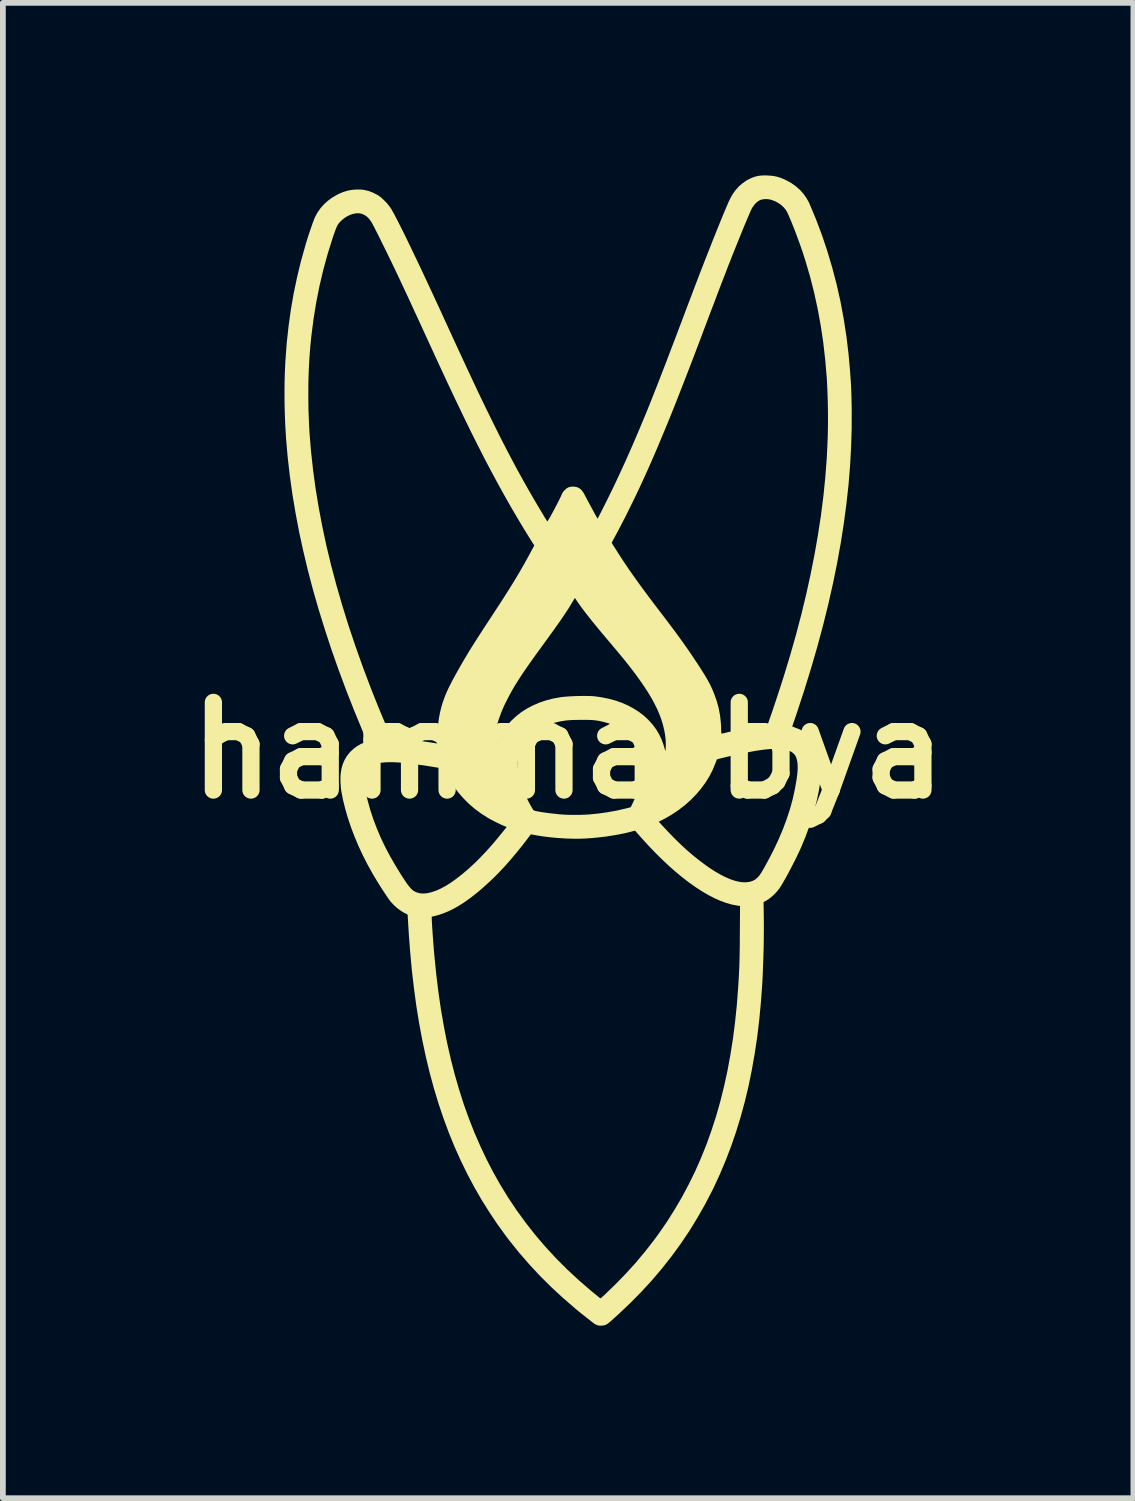
<source format=kicad_pcb>
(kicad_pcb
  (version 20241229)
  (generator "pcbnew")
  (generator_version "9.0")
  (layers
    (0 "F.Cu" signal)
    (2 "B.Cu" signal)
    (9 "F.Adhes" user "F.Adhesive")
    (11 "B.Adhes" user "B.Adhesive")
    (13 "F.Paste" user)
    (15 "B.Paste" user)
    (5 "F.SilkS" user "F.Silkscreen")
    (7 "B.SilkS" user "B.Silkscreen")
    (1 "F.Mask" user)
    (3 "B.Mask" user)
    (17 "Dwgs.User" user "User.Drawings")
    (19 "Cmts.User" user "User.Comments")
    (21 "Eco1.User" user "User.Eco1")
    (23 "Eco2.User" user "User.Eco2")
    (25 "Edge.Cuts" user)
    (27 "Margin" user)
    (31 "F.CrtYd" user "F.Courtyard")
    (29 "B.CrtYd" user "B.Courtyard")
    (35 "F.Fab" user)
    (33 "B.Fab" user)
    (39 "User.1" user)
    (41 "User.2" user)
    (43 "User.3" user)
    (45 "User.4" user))
  (footprint "hammarbya"
    (layer "F.Cu")
    (at 6.829 9.998)
    (property "Reference" "hammarbya" (at 0 0 0) (layer "F.SilkS") (effects (font (size 1.524 1.524) (thickness 0.3))))
    (attr board_only exclude_from_pos_files exclude_from_bom)
    (fp_poly (pts (xy 3.458 -9.997) (xy 3.523 -9.993) (xy 3.582 -9.986) (xy 3.637 -9.974) (xy 3.691 -9.957) (xy 3.748 -9.934) (xy 3.797 -9.911) (xy 3.883 -9.863) (xy 3.961 -9.808) (xy 4.03 -9.747) (xy 4.091 -9.679) (xy 4.144 -9.605) (xy 4.188 -9.525) (xy 4.198 -9.503) (xy 4.311 -9.232) (xy 4.415 -8.956) (xy 4.509 -8.674) (xy 4.594 -8.388) (xy 4.67 -8.097) (xy 4.736 -7.802) (xy 4.792 -7.502) (xy 4.839 -7.198) (xy 4.876 -6.889) (xy 4.904 -6.577) (xy 4.905 -6.554) (xy 4.91 -6.483) (xy 4.915 -6.419) (xy 4.918 -6.359) (xy 4.921 -6.302) (xy 4.923 -6.246) (xy 4.925 -6.189) (xy 4.927 -6.129) (xy 4.928 -6.064) (xy 4.93 -5.993) (xy 4.931 -5.912) (xy 4.931 -5.908) (xy 4.93 -5.591) (xy 4.92 -5.27) (xy 4.902 -4.944) (xy 4.875 -4.614) (xy 4.838 -4.28) (xy 4.793 -3.941) (xy 4.739 -3.598) (xy 4.676 -3.25) (xy 4.604 -2.897) (xy 4.523 -2.539) (xy 4.433 -2.175) (xy 4.334 -1.807) (xy 4.226 -1.434) (xy 4.109 -1.055) (xy 3.983 -0.67) (xy 3.962 -0.607) (xy 3.947 -0.564) (xy 3.934 -0.526) (xy 3.922 -0.491) (xy 3.912 -0.462) (xy 3.904 -0.439) (xy 3.899 -0.424) (xy 3.897 -0.419) (xy 3.901 -0.415) (xy 3.914 -0.408) (xy 3.934 -0.401) (xy 3.946 -0.396) (xy 4.027 -0.365) (xy 4.101 -0.327) (xy 4.166 -0.281) (xy 4.224 -0.228) (xy 4.274 -0.167) (xy 4.316 -0.1) (xy 4.351 -0.025) (xy 4.378 0.058) (xy 4.387 0.099) (xy 4.393 0.131) (xy 4.397 0.171) (xy 4.4 0.217) (xy 4.402 0.266) (xy 4.403 0.316) (xy 4.402 0.364) (xy 4.4 0.409) (xy 4.399 0.43) (xy 4.381 0.571) (xy 4.356 0.719) (xy 4.324 0.871) (xy 4.284 1.026) (xy 4.238 1.184) (xy 4.186 1.343) (xy 4.127 1.502) (xy 4.062 1.66) (xy 4.053 1.681) (xy 4.03 1.733) (xy 4.003 1.789) (xy 3.975 1.849) (xy 3.944 1.912) (xy 3.911 1.976) (xy 3.878 2.04) (xy 3.845 2.103) (xy 3.813 2.164) (xy 3.781 2.221) (xy 3.751 2.273) (xy 3.724 2.32) (xy 3.7 2.36) (xy 3.679 2.392) (xy 3.673 2.401) (xy 3.635 2.449) (xy 3.592 2.496) (xy 3.546 2.539) (xy 3.498 2.577) (xy 3.452 2.608) (xy 3.429 2.621) (xy 3.398 2.637) (xy 3.402 2.896) (xy 3.403 3.061) (xy 3.402 3.232) (xy 3.4 3.409) (xy 3.395 3.587) (xy 3.389 3.764) (xy 3.382 3.936) (xy 3.375 4.064) (xy 3.352 4.379) (xy 3.323 4.687) (xy 3.287 4.987) (xy 3.243 5.279) (xy 3.193 5.563) (xy 3.136 5.841) (xy 3.071 6.112) (xy 2.999 6.376) (xy 2.92 6.633) (xy 2.834 6.884) (xy 2.74 7.129) (xy 2.639 7.369) (xy 2.531 7.603) (xy 2.508 7.649) (xy 2.382 7.892) (xy 2.248 8.127) (xy 2.107 8.357) (xy 1.956 8.581) (xy 1.797 8.799) (xy 1.63 9.011) (xy 1.453 9.219) (xy 1.267 9.421) (xy 1.071 9.619) (xy 0.866 9.813) (xy 0.788 9.883) (xy 0.752 9.916) (xy 0.721 9.942) (xy 0.696 9.962) (xy 0.675 9.977) (xy 0.656 9.987) (xy 0.638 9.994) (xy 0.62 9.999) (xy 0.601 10.001) (xy 0.58 10.003) (xy 0.555 10.003) (xy 0.536 10.002) (xy 0.521 9.999) (xy 0.504 9.993) (xy 0.5 9.991) (xy 0.483 9.984) (xy 0.471 9.979) (xy 0.467 9.977) (xy 0.462 9.974) (xy 0.45 9.965) (xy 0.431 9.951) (xy 0.408 9.933) (xy 0.38 9.911) (xy 0.349 9.887) (xy 0.317 9.861) (xy 0.283 9.834) (xy 0.25 9.808) (xy 0.217 9.782) (xy 0.187 9.758) (xy 0.161 9.736) (xy 0.138 9.718) (xy 0.127 9.708) (xy -0.087 9.523) (xy -0.293 9.333) (xy -0.489 9.138) (xy -0.676 8.937) (xy -0.854 8.732) (xy -1.022 8.523) (xy -1.08 8.446) (xy -1.229 8.241) (xy -1.37 8.03) (xy -1.505 7.815) (xy -1.632 7.594) (xy -1.752 7.368) (xy -1.866 7.135) (xy -1.973 6.897) (xy -2.073 6.653) (xy -2.166 6.402) (xy -2.253 6.144) (xy -2.333 5.88) (xy -2.407 5.608) (xy -2.474 5.329) (xy -2.535 5.043) (xy -2.59 4.749) (xy -2.639 4.447) (xy -2.681 4.137) (xy -2.718 3.818) (xy -2.748 3.491) (xy -2.765 3.265) (xy -2.768 3.234) (xy -2.77 3.197) (xy -2.773 3.156) (xy -2.775 3.114) (xy -2.778 3.07) (xy -2.781 3.027) (xy -2.783 2.986) (xy -2.785 2.948) (xy -2.787 2.916) (xy -2.788 2.899) (xy -2.372 2.899) (xy -2.372 2.916) (xy -2.371 2.94) (xy -2.37 2.973) (xy -2.367 3.013) (xy -2.365 3.058) (xy -2.361 3.109) (xy -2.358 3.164) (xy -2.354 3.221) (xy -2.349 3.282) (xy -2.345 3.343) (xy -2.34 3.405) (xy -2.335 3.466) (xy -2.33 3.525) (xy -2.325 3.582) (xy -2.324 3.588) (xy -2.292 3.906) (xy -2.254 4.216) (xy -2.21 4.516) (xy -2.159 4.809) (xy -2.103 5.093) (xy -2.04 5.37) (xy -1.971 5.639) (xy -1.895 5.901) (xy -1.814 6.156) (xy -1.725 6.403) (xy -1.63 6.645) (xy -1.528 6.879) (xy -1.42 7.108) (xy -1.305 7.331) (xy -1.183 7.547) (xy -1.054 7.759) (xy -1.043 7.776) (xy -0.894 7.999) (xy -0.736 8.216) (xy -0.57 8.427) (xy -0.394 8.633) (xy -0.21 8.832) (xy -0.017 9.025) (xy 0.184 9.212) (xy 0.39 9.39) (xy 0.433 9.425) (xy 0.469 9.455) (xy 0.498 9.478) (xy 0.52 9.497) (xy 0.537 9.51) (xy 0.549 9.52) (xy 0.557 9.525) (xy 0.562 9.528) (xy 0.563 9.528) (xy 0.568 9.525) (xy 0.579 9.515) (xy 0.596 9.501) (xy 0.617 9.482) (xy 0.637 9.463) (xy 0.822 9.285) (xy 1 9.102) (xy 1.17 8.915) (xy 1.331 8.723) (xy 1.483 8.529) (xy 1.577 8.401) (xy 1.719 8.195) (xy 1.852 7.984) (xy 1.978 7.769) (xy 2.096 7.548) (xy 2.207 7.322) (xy 2.309 7.091) (xy 2.405 6.853) (xy 2.492 6.61) (xy 2.573 6.36) (xy 2.646 6.104) (xy 2.711 5.842) (xy 2.77 5.572) (xy 2.821 5.296) (xy 2.866 5.012) (xy 2.903 4.72) (xy 2.934 4.421) (xy 2.957 4.113) (xy 2.963 4.016) (xy 2.967 3.955) (xy 2.97 3.899) (xy 2.972 3.847) (xy 2.975 3.796) (xy 2.977 3.747) (xy 2.978 3.698) (xy 2.98 3.647) (xy 2.981 3.594) (xy 2.982 3.538) (xy 2.983 3.476) (xy 2.984 3.409) (xy 2.985 3.334) (xy 2.985 3.25) (xy 2.986 3.168) (xy 2.989 2.705) (xy 2.944 2.699) (xy 2.848 2.681) (xy 2.75 2.653) (xy 2.648 2.616) (xy 2.544 2.57) (xy 2.436 2.514) (xy 2.325 2.449) (xy 2.21 2.374) (xy 2.091 2.289) (xy 1.975 2.199) (xy 1.864 2.107) (xy 1.75 2.006) (xy 1.634 1.897) (xy 1.516 1.78) (xy 1.399 1.658) (xy 1.281 1.529) (xy 1.269 1.515) (xy 1.245 1.488) (xy 1.223 1.463) (xy 1.203 1.441) (xy 1.188 1.424) (xy 1.178 1.413) (xy 1.176 1.41) (xy 1.162 1.395) (xy 1.093 1.414) (xy 0.992 1.439) (xy 0.883 1.461) (xy 0.769 1.481) (xy 0.652 1.499) (xy 0.534 1.513) (xy 0.418 1.524) (xy 0.305 1.532) (xy 0.197 1.536) (xy 0.1 1.536) (xy -0.04 1.532) (xy -0.17 1.524) (xy -0.294 1.513) (xy -0.411 1.499) (xy -0.524 1.482) (xy -0.579 1.472) (xy -0.605 1.467) (xy -0.626 1.463) (xy -0.641 1.461) (xy -0.649 1.46) (xy -0.649 1.46) (xy -0.652 1.465) (xy -0.661 1.476) (xy -0.674 1.494) (xy -0.691 1.516) (xy -0.71 1.541) (xy -0.711 1.542) (xy -0.808 1.668) (xy -0.908 1.791) (xy -1.007 1.908) (xy -1.106 2.02) (xy -1.204 2.124) (xy -1.299 2.22) (xy -1.355 2.273) (xy -1.468 2.376) (xy -1.577 2.47) (xy -1.683 2.553) (xy -1.786 2.628) (xy -1.886 2.693) (xy -1.983 2.749) (xy -2.078 2.796) (xy -2.17 2.834) (xy -2.261 2.864) (xy -2.322 2.88) (xy -2.343 2.885) (xy -2.36 2.889) (xy -2.37 2.892) (xy -2.371 2.893) (xy -2.372 2.899) (xy -2.788 2.899) (xy -2.788 2.89) (xy -2.789 2.871) (xy -2.79 2.863) (xy -2.794 2.855) (xy -2.807 2.846) (xy -2.826 2.837) (xy -2.874 2.812) (xy -2.925 2.778) (xy -2.976 2.739) (xy -3.025 2.695) (xy -3.07 2.648) (xy -3.09 2.625) (xy -3.109 2.6) (xy -3.132 2.567) (xy -3.159 2.528) (xy -3.189 2.482) (xy -3.222 2.433) (xy -3.255 2.381) (xy -3.29 2.326) (xy -3.324 2.271) (xy -3.357 2.217) (xy -3.388 2.164) (xy -3.407 2.132) (xy -3.493 1.976) (xy -3.574 1.817) (xy -3.648 1.657) (xy -3.716 1.495) (xy -3.777 1.334) (xy -3.83 1.175) (xy -3.876 1.017) (xy -3.914 0.864) (xy -3.943 0.715) (xy -3.947 0.689) (xy -3.952 0.652) (xy -3.955 0.609) (xy -3.958 0.561) (xy -3.959 0.513) (xy -3.959 0.512) (xy -3.547 0.512) (xy -3.544 0.57) (xy -3.536 0.635) (xy -3.523 0.708) (xy -3.506 0.79) (xy -3.484 0.879) (xy -3.439 1.041) (xy -3.386 1.201) (xy -3.325 1.361) (xy -3.257 1.521) (xy -3.18 1.682) (xy -3.094 1.844) (xy -2.999 2.009) (xy -2.895 2.178) (xy -2.849 2.247) (xy -2.816 2.297) (xy -2.787 2.338) (xy -2.76 2.372) (xy -2.736 2.4) (xy -2.713 2.422) (xy -2.691 2.44) (xy -2.667 2.454) (xy -2.642 2.466) (xy -2.634 2.469) (xy -2.584 2.484) (xy -2.53 2.489) (xy -2.471 2.486) (xy -2.444 2.482) (xy -2.373 2.465) (xy -2.297 2.439) (xy -2.217 2.404) (xy -2.134 2.359) (xy -2.048 2.306) (xy -1.96 2.244) (xy -1.943 2.231) (xy -1.839 2.15) (xy -1.736 2.062) (xy -1.633 1.968) (xy -1.53 1.866) (xy -1.426 1.757) (xy -1.321 1.639) (xy -1.214 1.512) (xy -1.112 1.386) (xy -1.069 1.332) (xy -1.119 1.312) (xy -1.15 1.298) (xy -1.188 1.281) (xy -1.23 1.261) (xy -1.27 1.24) (xy 1.576 1.24) (xy 1.62 1.289) (xy 1.736 1.413) (xy 1.847 1.528) (xy 1.956 1.634) (xy 2.063 1.733) (xy 2.169 1.824) (xy 2.274 1.908) (xy 2.379 1.987) (xy 2.458 2.043) (xy 2.554 2.105) (xy 2.647 2.159) (xy 2.736 2.204) (xy 2.82 2.24) (xy 2.9 2.267) (xy 2.974 2.285) (xy 3.022 2.292) (xy 3.083 2.294) (xy 3.142 2.288) (xy 3.162 2.284) (xy 3.207 2.27) (xy 3.249 2.248) (xy 3.287 2.218) (xy 3.323 2.178) (xy 3.358 2.129) (xy 3.365 2.116) (xy 3.394 2.067) (xy 3.426 2.01) (xy 3.46 1.948) (xy 3.496 1.881) (xy 3.532 1.812) (xy 3.567 1.743) (xy 3.6 1.675) (xy 3.63 1.611) (xy 3.657 1.553) (xy 3.662 1.542) (xy 3.737 1.364) (xy 3.802 1.189) (xy 3.858 1.017) (xy 3.905 0.845) (xy 3.943 0.673) (xy 3.967 0.537) (xy 3.979 0.457) (xy 3.987 0.387) (xy 3.991 0.324) (xy 3.991 0.268) (xy 3.988 0.219) (xy 3.98 0.174) (xy 3.969 0.133) (xy 3.965 0.12) (xy 3.946 0.084) (xy 3.918 0.052) (xy 3.881 0.025) (xy 3.839 0.004) (xy 3.803 -0.008) (xy 3.743 -0.019) (xy 3.674 -0.026) (xy 3.596 -0.027) (xy 3.508 -0.023) (xy 3.412 -0.014) (xy 3.306 0.001) (xy 3.258 0.008) (xy 3.221 0.015) (xy 3.179 0.023) (xy 3.132 0.032) (xy 3.082 0.042) (xy 3.029 0.053) (xy 2.975 0.065) (xy 2.921 0.076) (xy 2.867 0.088) (xy 2.815 0.1) (xy 2.766 0.111) (xy 2.721 0.122) (xy 2.68 0.132) (xy 2.646 0.14) (xy 2.618 0.148) (xy 2.599 0.153) (xy 2.588 0.157) (xy 2.587 0.158) (xy 2.584 0.165) (xy 2.578 0.179) (xy 2.57 0.2) (xy 2.561 0.224) (xy 2.56 0.225) (xy 2.513 0.34) (xy 2.456 0.451) (xy 2.389 0.559) (xy 2.313 0.663) (xy 2.228 0.763) (xy 2.136 0.858) (xy 2.035 0.948) (xy 1.927 1.032) (xy 1.812 1.11) (xy 1.691 1.181) (xy 1.639 1.208) (xy 1.576 1.24) (xy -1.27 1.24) (xy -1.273 1.239) (xy -1.315 1.217) (xy -1.354 1.197) (xy -1.386 1.179) (xy -1.389 1.177) (xy -1.511 1.1) (xy -1.624 1.016) (xy -1.73 0.925) (xy -1.827 0.827) (xy -1.917 0.723) (xy -1.997 0.613) (xy -2.001 0.606) (xy -2.014 0.586) (xy -2.03 0.56) (xy -2.047 0.53) (xy -2.065 0.498) (xy -2.083 0.465) (xy -2.1 0.432) (xy -2.116 0.401) (xy -2.129 0.374) (xy -2.14 0.351) (xy -2.146 0.336) (xy -2.148 0.328) (xy -2.149 0.326) (xy -2.151 0.323) (xy -2.157 0.321) (xy -2.166 0.319) (xy -2.18 0.315) (xy -2.199 0.312) (xy -2.225 0.307) (xy -2.259 0.301) (xy -2.301 0.295) (xy -2.352 0.286) (xy -2.367 0.284) (xy -2.484 0.265) (xy -2.592 0.25) (xy -2.69 0.236) (xy -2.78 0.226) (xy -2.862 0.217) (xy -2.933 0.211) (xy -0.875 0.211) (xy -0.874 0.299) (xy -0.865 0.388) (xy -0.848 0.48) (xy -0.822 0.575) (xy -0.787 0.674) (xy -0.744 0.777) (xy -0.716 0.836) (xy -0.701 0.867) (xy -0.684 0.899) (xy -0.667 0.931) (xy -0.65 0.962) (xy -0.634 0.99) (xy -0.62 1.013) (xy -0.61 1.03) (xy -0.603 1.04) (xy -0.602 1.04) (xy -0.592 1.045) (xy -0.573 1.051) (xy -0.545 1.058) (xy -0.51 1.065) (xy -0.468 1.072) (xy -0.422 1.079) (xy -0.371 1.086) (xy -0.318 1.093) (xy -0.263 1.099) (xy -0.208 1.105) (xy -0.153 1.111) (xy -0.1 1.115) (xy -0.05 1.118) (xy -0.048 1.119) (xy -0.012 1.12) (xy 0.032 1.121) (xy 0.082 1.121) (xy 0.136 1.121) (xy 0.19 1.121) (xy 0.242 1.12) (xy 0.291 1.118) (xy 0.334 1.116) (xy 0.362 1.114) (xy 0.527 1.098) (xy 0.689 1.075) (xy 0.844 1.047) (xy 0.992 1.013) (xy 1.024 1.005) (xy 1.089 0.988) (xy 1.124 0.915) (xy 1.173 0.805) (xy 1.214 0.7) (xy 1.247 0.6) (xy 1.271 0.503) (xy 1.287 0.409) (xy 1.296 0.317) (xy 1.297 0.294) (xy 1.296 0.202) (xy 1.286 0.115) (xy 1.267 0.034) (xy 1.239 -0.042) (xy 1.202 -0.113) (xy 1.155 -0.18) (xy 1.099 -0.243) (xy 1.093 -0.248) (xy 1.033 -0.301) (xy 0.963 -0.35) (xy 0.886 -0.395) (xy 0.804 -0.434) (xy 0.716 -0.466) (xy 0.625 -0.493) (xy 0.599 -0.499) (xy 0.558 -0.508) (xy 0.523 -0.515) (xy 0.491 -0.52) (xy 0.459 -0.524) (xy 0.428 -0.527) (xy 0.393 -0.529) (xy 0.354 -0.53) (xy 0.309 -0.531) (xy 0.255 -0.531) (xy 0.238 -0.531) (xy 0.172 -0.53) (xy 0.116 -0.529) (xy 0.067 -0.528) (xy 0.024 -0.525) (xy -0.015 -0.522) (xy -0.052 -0.518) (xy -0.089 -0.512) (xy -0.126 -0.506) (xy -0.147 -0.502) (xy -0.249 -0.478) (xy -0.344 -0.446) (xy -0.434 -0.409) (xy -0.516 -0.365) (xy -0.591 -0.316) (xy -0.659 -0.26) (xy -0.718 -0.2) (xy -0.768 -0.135) (xy -0.803 -0.076) (xy -0.83 -0.018) (xy -0.85 0.04) (xy -0.864 0.102) (xy -0.872 0.169) (xy -0.875 0.211) (xy -2.933 0.211) (xy -2.938 0.211) (xy -3.007 0.207) (xy -3.071 0.205) (xy -3.131 0.206) (xy -3.186 0.208) (xy -3.237 0.213) (xy -3.269 0.217) (xy -3.335 0.23) (xy -3.392 0.247) (xy -3.439 0.269) (xy -3.476 0.296) (xy -3.504 0.327) (xy -3.512 0.341) (xy -3.528 0.376) (xy -3.539 0.415) (xy -3.545 0.461) (xy -3.547 0.512) (xy -3.959 0.512) (xy -3.959 0.467) (xy -3.957 0.426) (xy -3.955 0.401) (xy -3.941 0.317) (xy -3.919 0.24) (xy -3.889 0.169) (xy -3.851 0.103) (xy -3.804 0.043) (xy -3.781 0.018) (xy -3.725 -0.033) (xy -3.668 -0.075) (xy -1.288 -0.075) (xy -1.284 0.009) (xy -1.283 0.029) (xy -1.281 0.044) (xy -1.279 0.051) (xy -1.279 0.051) (xy -1.277 0.046) (xy -1.273 0.032) (xy -1.268 0.011) (xy -1.263 -0.011) (xy -1.235 -0.113) (xy -1.198 -0.21) (xy -1.151 -0.301) (xy -1.095 -0.389) (xy -1.029 -0.471) (xy -0.989 -0.515) (xy -0.906 -0.592) (xy -0.816 -0.663) (xy -0.718 -0.726) (xy -0.614 -0.781) (xy -0.503 -0.829) (xy -0.385 -0.869) (xy -0.262 -0.901) (xy -0.134 -0.924) (xy -0.131 -0.925) (xy -0.087 -0.93) (xy -0.035 -0.935) (xy 0.023 -0.939) (xy 0.086 -0.942) (xy 0.151 -0.945) (xy 0.216 -0.946) (xy 0.279 -0.947) (xy 0.338 -0.946) (xy 0.392 -0.945) (xy 0.438 -0.942) (xy 0.454 -0.941) (xy 0.583 -0.923) (xy 0.706 -0.898) (xy 0.825 -0.866) (xy 0.937 -0.826) (xy 1.043 -0.78) (xy 1.142 -0.726) (xy 1.235 -0.666) (xy 1.321 -0.6) (xy 1.399 -0.527) (xy 1.469 -0.449) (xy 1.531 -0.365) (xy 1.584 -0.276) (xy 1.628 -0.182) (xy 1.663 -0.084) (xy 1.669 -0.061) (xy 1.676 -0.038) (xy 1.682 -0.016) (xy 1.687 -0.000468) (xy 1.688 0.005) (xy 1.691 0.008) (xy 1.693 0.002) (xy 1.695 -0.012) (xy 1.696 -0.032) (xy 1.697 -0.057) (xy 1.698 -0.084) (xy 1.698 -0.113) (xy 1.697 -0.143) (xy 1.696 -0.17) (xy 1.695 -0.191) (xy 1.685 -0.275) (xy 1.669 -0.361) (xy 1.648 -0.447) (xy 1.622 -0.534) (xy 1.589 -0.623) (xy 1.55 -0.714) (xy 1.504 -0.807) (xy 1.452 -0.904) (xy 1.392 -1.004) (xy 1.325 -1.107) (xy 1.251 -1.215) (xy 1.169 -1.328) (xy 1.079 -1.446) (xy 0.982 -1.569) (xy 0.885 -1.686) (xy 0.864 -1.712) (xy 0.837 -1.744) (xy 0.805 -1.781) (xy 0.771 -1.823) (xy 0.734 -1.866) (xy 0.698 -1.909) (xy 0.661 -1.952) (xy 0.652 -1.964) (xy 0.581 -2.048) (xy 0.517 -2.125) (xy 0.459 -2.196) (xy 0.407 -2.26) (xy 0.359 -2.32) (xy 0.316 -2.375) (xy 0.276 -2.427) (xy 0.24 -2.475) (xy 0.206 -2.522) (xy 0.174 -2.567) (xy 0.163 -2.583) (xy 0.117 -2.651) (xy 0.063 -2.561) (xy 0.04 -2.523) (xy 0.017 -2.485) (xy -0.008 -2.446) (xy -0.035 -2.405) (xy -0.064 -2.361) (xy -0.095 -2.315) (xy -0.129 -2.265) (xy -0.167 -2.211) (xy -0.208 -2.153) (xy -0.254 -2.088) (xy -0.305 -2.018) (xy -0.361 -1.94) (xy -0.423 -1.855) (xy -0.468 -1.793) (xy -0.542 -1.692) (xy -0.609 -1.598) (xy -0.671 -1.511) (xy -0.727 -1.43) (xy -0.779 -1.355) (xy -0.826 -1.284) (xy -0.869 -1.217) (xy -0.909 -1.154) (xy -0.946 -1.093) (xy -0.98 -1.033) (xy -1.012 -0.975) (xy -1.043 -0.917) (xy -1.066 -0.871) (xy -1.086 -0.831) (xy -1.103 -0.798) (xy -1.116 -0.769) (xy -1.128 -0.743) (xy -1.14 -0.716) (xy -1.152 -0.686) (xy -1.165 -0.655) (xy -1.209 -0.533) (xy -1.244 -0.413) (xy -1.268 -0.297) (xy -1.283 -0.184) (xy -1.288 -0.075) (xy -3.668 -0.075) (xy -3.667 -0.075) (xy -3.604 -0.111) (xy -3.54 -0.139) (xy -3.523 -0.146) (xy -3.51 -0.152) (xy -3.504 -0.155) (xy -3.505 -0.161) (xy -3.51 -0.175) (xy -3.517 -0.196) (xy -3.528 -0.224) (xy -3.541 -0.256) (xy -3.556 -0.292) (xy -3.558 -0.298) (xy -3.712 -0.671) (xy -3.857 -1.039) (xy -3.992 -1.402) (xy -4.118 -1.76) (xy -4.234 -2.114) (xy -4.342 -2.463) (xy -4.441 -2.808) (xy -4.53 -3.149) (xy -4.61 -3.486) (xy -4.673 -3.776) (xy -4.738 -4.115) (xy -4.794 -4.449) (xy -4.84 -4.778) (xy -4.877 -5.102) (xy -4.905 -5.421) (xy -4.908 -5.475) (xy -4.919 -5.656) (xy -4.926 -5.841) (xy -4.931 -6.027) (xy -4.932 -6.153) (xy -4.518 -6.153) (xy -4.515 -5.921) (xy -4.506 -5.69) (xy -4.497 -5.52) (xy -4.471 -5.203) (xy -4.436 -4.882) (xy -4.392 -4.557) (xy -4.338 -4.228) (xy -4.275 -3.895) (xy -4.203 -3.558) (xy -4.121 -3.217) (xy -4.029 -2.871) (xy -3.928 -2.522) (xy -3.818 -2.167) (xy -3.697 -1.808) (xy -3.568 -1.445) (xy -3.429 -1.077) (xy -3.333 -0.836) (xy -3.313 -0.786) (xy -3.289 -0.728) (xy -3.263 -0.664) (xy -3.234 -0.594) (xy -3.203 -0.521) (xy -3.172 -0.446) (xy -3.14 -0.371) (xy -3.109 -0.298) (xy -3.088 -0.248) (xy -3.071 -0.21) (xy -2.991 -0.206) (xy -2.898 -0.201) (xy -2.799 -0.192) (xy -2.693 -0.181) (xy -2.579 -0.166) (xy -2.456 -0.148) (xy -2.397 -0.139) (xy -2.361 -0.133) (xy -2.329 -0.128) (xy -2.302 -0.124) (xy -2.281 -0.121) (xy -2.269 -0.119) (xy -2.266 -0.118) (xy -2.265 -0.123) (xy -2.265 -0.137) (xy -2.264 -0.159) (xy -2.264 -0.188) (xy -2.265 -0.221) (xy -2.265 -0.251) (xy -2.266 -0.314) (xy -2.265 -0.369) (xy -2.262 -0.419) (xy -2.259 -0.466) (xy -2.253 -0.514) (xy -2.246 -0.564) (xy -2.244 -0.574) (xy -2.227 -0.663) (xy -2.206 -0.748) (xy -2.181 -0.833) (xy -2.151 -0.918) (xy -2.116 -1.005) (xy -2.074 -1.095) (xy -2.025 -1.191) (xy -2.006 -1.228) (xy -1.967 -1.299) (xy -1.929 -1.368) (xy -1.891 -1.435) (xy -1.853 -1.502) (xy -1.814 -1.569) (xy -1.773 -1.637) (xy -1.731 -1.708) (xy -1.686 -1.781) (xy -1.637 -1.858) (xy -1.585 -1.94) (xy -1.529 -2.027) (xy -1.469 -2.121) (xy -1.403 -2.221) (xy -1.344 -2.311) (xy -1.276 -2.415) (xy -1.213 -2.511) (xy -1.155 -2.6) (xy -1.102 -2.683) (xy -1.053 -2.761) (xy -1.007 -2.834) (xy -0.963 -2.904) (xy -0.922 -2.971) (xy -0.883 -3.037) (xy -0.844 -3.102) (xy -0.807 -3.167) (xy -0.769 -3.233) (xy -0.731 -3.301) (xy -0.692 -3.371) (xy -0.652 -3.446) (xy -0.609 -3.525) (xy -0.606 -3.53) (xy -0.589 -3.563) (xy -0.619 -3.611) (xy 0.757 -3.611) (xy 0.767 -3.594) (xy 0.778 -3.576) (xy 0.794 -3.549) (xy 0.815 -3.517) (xy 0.839 -3.48) (xy 0.865 -3.439) (xy 0.892 -3.396) (xy 0.92 -3.353) (xy 0.948 -3.31) (xy 0.975 -3.269) (xy 0.994 -3.241) (xy 1.034 -3.182) (xy 1.074 -3.123) (xy 1.115 -3.065) (xy 1.156 -3.006) (xy 1.2 -2.945) (xy 1.246 -2.881) (xy 1.295 -2.814) (xy 1.347 -2.744) (xy 1.404 -2.667) (xy 1.466 -2.585) (xy 1.533 -2.497) (xy 1.596 -2.414) (xy 1.668 -2.32) (xy 1.735 -2.232) (xy 1.795 -2.151) (xy 1.852 -2.076) (xy 1.904 -2.005) (xy 1.952 -1.939) (xy 1.998 -1.875) (xy 2.041 -1.814) (xy 2.083 -1.754) (xy 2.124 -1.694) (xy 2.165 -1.634) (xy 2.201 -1.579) (xy 2.251 -1.505) (xy 2.294 -1.438) (xy 2.333 -1.377) (xy 2.367 -1.323) (xy 2.397 -1.273) (xy 2.424 -1.227) (xy 2.447 -1.184) (xy 2.469 -1.143) (xy 2.488 -1.102) (xy 2.507 -1.062) (xy 2.524 -1.02) (xy 2.542 -0.976) (xy 2.542 -0.976) (xy 2.585 -0.854) (xy 2.618 -0.732) (xy 2.641 -0.611) (xy 2.655 -0.486) (xy 2.66 -0.402) (xy 2.661 -0.364) (xy 2.662 -0.336) (xy 2.663 -0.316) (xy 2.664 -0.302) (xy 2.666 -0.294) (xy 2.668 -0.291) (xy 2.671 -0.291) (xy 2.671 -0.291) (xy 2.679 -0.293) (xy 2.695 -0.297) (xy 2.719 -0.302) (xy 2.748 -0.309) (xy 2.782 -0.317) (xy 2.808 -0.323) (xy 2.916 -0.347) (xy 3.021 -0.368) (xy 3.121 -0.387) (xy 3.216 -0.404) (xy 3.303 -0.417) (xy 3.383 -0.427) (xy 3.449 -0.434) (xy 3.455 -0.435) (xy 3.46 -0.438) (xy 3.465 -0.444) (xy 3.47 -0.454) (xy 3.477 -0.471) (xy 3.486 -0.495) (xy 3.493 -0.516) (xy 3.507 -0.556) (xy 3.524 -0.606) (xy 3.544 -0.662) (xy 3.565 -0.724) (xy 3.587 -0.79) (xy 3.61 -0.859) (xy 3.633 -0.929) (xy 3.656 -0.999) (xy 3.678 -1.066) (xy 3.699 -1.13) (xy 3.718 -1.19) (xy 3.735 -1.242) (xy 3.748 -1.283) (xy 3.86 -1.651) (xy 3.963 -2.014) (xy 4.057 -2.372) (xy 4.142 -2.725) (xy 4.218 -3.072) (xy 4.286 -3.415) (xy 4.345 -3.753) (xy 4.396 -4.087) (xy 4.438 -4.417) (xy 4.471 -4.743) (xy 4.496 -5.065) (xy 4.499 -5.122) (xy 4.508 -5.303) (xy 4.515 -5.488) (xy 4.518 -5.677) (xy 4.518 -5.866) (xy 4.515 -6.054) (xy 4.509 -6.237) (xy 4.501 -6.412) (xy 4.497 -6.477) (xy 4.471 -6.783) (xy 4.437 -7.085) (xy 4.393 -7.381) (xy 4.34 -7.672) (xy 4.278 -7.958) (xy 4.206 -8.24) (xy 4.125 -8.517) (xy 4.078 -8.663) (xy 4.053 -8.735) (xy 4.027 -8.81) (xy 3.999 -8.886) (xy 3.971 -8.962) (xy 3.943 -9.037) (xy 3.914 -9.11) (xy 3.887 -9.178) (xy 3.861 -9.24) (xy 3.837 -9.296) (xy 3.816 -9.343) (xy 3.81 -9.356) (xy 3.782 -9.403) (xy 3.744 -9.447) (xy 3.7 -9.487) (xy 3.648 -9.522) (xy 3.593 -9.551) (xy 3.533 -9.573) (xy 3.517 -9.577) (xy 3.472 -9.585) (xy 3.427 -9.586) (xy 3.384 -9.582) (xy 3.346 -9.572) (xy 3.345 -9.572) (xy 3.307 -9.552) (xy 3.269 -9.522) (xy 3.235 -9.484) (xy 3.204 -9.44) (xy 3.188 -9.411) (xy 3.179 -9.392) (xy 3.166 -9.364) (xy 3.151 -9.328) (xy 3.132 -9.284) (xy 3.111 -9.234) (xy 3.088 -9.179) (xy 3.062 -9.118) (xy 3.036 -9.054) (xy 3.008 -8.986) (xy 2.98 -8.916) (xy 2.951 -8.845) (xy 2.922 -8.773) (xy 2.893 -8.701) (xy 2.866 -8.633) (xy 2.845 -8.581) (xy 2.825 -8.529) (xy 2.804 -8.475) (xy 2.782 -8.421) (xy 2.76 -8.364) (xy 2.738 -8.305) (xy 2.714 -8.243) (xy 2.688 -8.177) (xy 2.661 -8.107) (xy 2.633 -8.033) (xy 2.602 -7.953) (xy 2.57 -7.867) (xy 2.535 -7.774) (xy 2.497 -7.675) (xy 2.456 -7.568) (xy 2.413 -7.453) (xy 2.366 -7.329) (xy 2.316 -7.196) (xy 2.302 -7.158) (xy 2.216 -6.933) (xy 2.134 -6.717) (xy 2.054 -6.511) (xy 1.977 -6.313) (xy 1.903 -6.123) (xy 1.831 -5.942) (xy 1.761 -5.768) (xy 1.692 -5.6) (xy 1.625 -5.439) (xy 1.56 -5.284) (xy 1.496 -5.135) (xy 1.433 -4.99) (xy 1.371 -4.851) (xy 1.309 -4.715) (xy 1.248 -4.582) (xy 1.187 -4.453) (xy 1.126 -4.327) (xy 1.065 -4.203) (xy 1.004 -4.08) (xy 0.942 -3.959) (xy 0.879 -3.838) (xy 0.826 -3.739) (xy 0.757 -3.611) (xy -0.619 -3.611) (xy -0.668 -3.688) (xy -0.779 -3.868) (xy -0.89 -4.054) (xy -1.002 -4.245) (xy -1.114 -4.443) (xy -1.227 -4.648) (xy -1.341 -4.86) (xy -1.457 -5.08) (xy -1.573 -5.308) (xy -1.692 -5.545) (xy -1.812 -5.792) (xy -1.935 -6.048) (xy -1.969 -6.119) (xy -2.001 -6.187) (xy -2.034 -6.257) (xy -2.068 -6.329) (xy -2.104 -6.405) (xy -2.141 -6.486) (xy -2.181 -6.571) (xy -2.223 -6.662) (xy -2.268 -6.759) (xy -2.316 -6.863) (xy -2.367 -6.975) (xy -2.423 -7.096) (xy -2.465 -7.188) (xy -2.515 -7.296) (xy -2.564 -7.404) (xy -2.613 -7.51) (xy -2.661 -7.613) (xy -2.707 -7.713) (xy -2.751 -7.809) (xy -2.793 -7.9) (xy -2.833 -7.985) (xy -2.869 -8.063) (xy -2.903 -8.134) (xy -2.932 -8.197) (xy -2.954 -8.243) (xy -2.987 -8.313) (xy -3.021 -8.384) (xy -3.056 -8.457) (xy -3.091 -8.53) (xy -3.127 -8.603) (xy -3.162 -8.676) (xy -3.197 -8.746) (xy -3.231 -8.814) (xy -3.263 -8.88) (xy -3.293 -8.941) (xy -3.322 -8.998) (xy -3.348 -9.049) (xy -3.371 -9.095) (xy -3.391 -9.133) (xy -3.408 -9.164) (xy -3.421 -9.187) (xy -3.429 -9.2) (xy -3.465 -9.247) (xy -3.504 -9.285) (xy -3.547 -9.313) (xy -3.593 -9.332) (xy -3.641 -9.34) (xy -3.693 -9.338) (xy -3.747 -9.327) (xy -3.802 -9.307) (xy -3.856 -9.279) (xy -3.907 -9.244) (xy -3.95 -9.206) (xy -3.967 -9.189) (xy -3.982 -9.172) (xy -3.995 -9.155) (xy -4.007 -9.136) (xy -4.019 -9.114) (xy -4.031 -9.088) (xy -4.043 -9.057) (xy -4.057 -9.019) (xy -4.073 -8.974) (xy -4.092 -8.919) (xy -4.093 -8.916) (xy -4.179 -8.641) (xy -4.256 -8.362) (xy -4.323 -8.079) (xy -4.38 -7.792) (xy -4.427 -7.501) (xy -4.465 -7.206) (xy -4.481 -7.051) (xy -4.498 -6.836) (xy -4.51 -6.613) (xy -4.517 -6.385) (xy -4.518 -6.153) (xy -4.932 -6.153) (xy -4.932 -6.211) (xy -4.931 -6.393) (xy -4.926 -6.569) (xy -4.918 -6.738) (xy -4.916 -6.776) (xy -4.894 -7.076) (xy -4.862 -7.37) (xy -4.822 -7.66) (xy -4.773 -7.944) (xy -4.714 -8.225) (xy -4.647 -8.502) (xy -4.57 -8.777) (xy -4.556 -8.826) (xy -4.538 -8.883) (xy -4.52 -8.941) (xy -4.501 -8.999) (xy -4.482 -9.055) (xy -4.463 -9.108) (xy -4.446 -9.158) (xy -4.43 -9.201) (xy -4.416 -9.238) (xy -4.404 -9.267) (xy -4.398 -9.28) (xy -4.357 -9.355) (xy -4.306 -9.427) (xy -4.247 -9.494) (xy -4.18 -9.555) (xy -4.106 -9.61) (xy -4.027 -9.657) (xy -4.015 -9.663) (xy -3.966 -9.687) (xy -3.92 -9.706) (xy -3.872 -9.721) (xy -3.832 -9.733) (xy -3.781 -9.743) (xy -3.724 -9.75) (xy -3.666 -9.753) (xy -3.608 -9.752) (xy -3.556 -9.747) (xy -3.547 -9.745) (xy -3.469 -9.727) (xy -3.393 -9.698) (xy -3.319 -9.66) (xy -3.287 -9.639) (xy -3.255 -9.616) (xy -3.221 -9.585) (xy -3.185 -9.55) (xy -3.15 -9.513) (xy -3.119 -9.475) (xy -3.093 -9.44) (xy -3.091 -9.437) (xy -3.073 -9.41) (xy -3.052 -9.372) (xy -3.026 -9.326) (xy -2.997 -9.27) (xy -2.963 -9.205) (xy -2.926 -9.132) (xy -2.885 -9.051) (xy -2.841 -8.962) (xy -2.794 -8.865) (xy -2.743 -8.76) (xy -2.69 -8.648) (xy -2.633 -8.53) (xy -2.573 -8.404) (xy -2.511 -8.272) (xy -2.446 -8.133) (xy -2.379 -7.989) (xy -2.309 -7.838) (xy -2.237 -7.683) (xy -2.195 -7.591) (xy -2.15 -7.492) (xy -2.108 -7.402) (xy -2.071 -7.32) (xy -2.036 -7.245) (xy -2.006 -7.178) (xy -1.978 -7.117) (xy -1.952 -7.062) (xy -1.929 -7.012) (xy -1.908 -6.966) (xy -1.889 -6.924) (xy -1.87 -6.885) (xy -1.853 -6.848) (xy -1.837 -6.813) (xy -1.821 -6.778) (xy -1.805 -6.744) (xy -1.789 -6.71) (xy -1.773 -6.674) (xy -1.758 -6.643) (xy -1.656 -6.425) (xy -1.558 -6.216) (xy -1.462 -6.017) (xy -1.369 -5.826) (xy -1.278 -5.642) (xy -1.19 -5.465) (xy -1.103 -5.295) (xy -1.017 -5.13) (xy -0.933 -4.971) (xy -0.849 -4.816) (xy -0.765 -4.665) (xy -0.682 -4.518) (xy -0.598 -4.373) (xy -0.514 -4.23) (xy -0.461 -4.142) (xy -0.435 -4.099) (xy -0.415 -4.064) (xy -0.398 -4.037) (xy -0.385 -4.017) (xy -0.376 -4.002) (xy -0.369 -3.992) (xy -0.365 -3.986) (xy -0.362 -3.984) (xy -0.36 -3.984) (xy -0.358 -3.985) (xy -0.351 -3.995) (xy -0.34 -4.013) (xy -0.325 -4.038) (xy -0.307 -4.07) (xy -0.287 -4.106) (xy -0.266 -4.145) (xy -0.243 -4.187) (xy -0.221 -4.23) (xy -0.198 -4.273) (xy -0.177 -4.314) (xy -0.157 -4.353) (xy -0.14 -4.388) (xy -0.126 -4.417) (xy -0.115 -4.441) (xy -0.112 -4.449) (xy -0.1 -4.474) (xy -0.087 -4.495) (xy -0.07 -4.515) (xy -0.059 -4.527) (xy -0.029 -4.554) (xy 0.001 -4.572) (xy 0.033 -4.582) (xy 0.07 -4.587) (xy 0.086 -4.587) (xy 0.131 -4.583) (xy 0.17 -4.571) (xy 0.206 -4.551) (xy 0.237 -4.521) (xy 0.266 -4.482) (xy 0.284 -4.45) (xy 0.295 -4.428) (xy 0.31 -4.399) (xy 0.329 -4.364) (xy 0.35 -4.324) (xy 0.373 -4.282) (xy 0.396 -4.239) (xy 0.419 -4.197) (xy 0.44 -4.157) (xy 0.459 -4.122) (xy 0.476 -4.092) (xy 0.485 -4.076) (xy 0.512 -4.028) (xy 0.563 -4.126) (xy 0.672 -4.342) (xy 0.783 -4.568) (xy 0.894 -4.804) (xy 1.007 -5.051) (xy 1.121 -5.309) (xy 1.235 -5.576) (xy 1.293 -5.715) (xy 1.331 -5.806) (xy 1.369 -5.898) (xy 1.407 -5.992) (xy 1.446 -6.089) (xy 1.485 -6.189) (xy 1.526 -6.292) (xy 1.569 -6.401) (xy 1.613 -6.515) (xy 1.659 -6.634) (xy 1.708 -6.761) (xy 1.759 -6.895) (xy 1.813 -7.037) (xy 1.871 -7.188) (xy 1.921 -7.321) (xy 1.944 -7.382) (xy 1.969 -7.447) (xy 1.995 -7.516) (xy 2.021 -7.585) (xy 2.046 -7.652) (xy 2.07 -7.716) (xy 2.092 -7.773) (xy 2.104 -7.805) (xy 2.151 -7.928) (xy 2.197 -8.051) (xy 2.244 -8.173) (xy 2.29 -8.294) (xy 2.336 -8.412) (xy 2.381 -8.528) (xy 2.426 -8.641) (xy 2.469 -8.751) (xy 2.51 -8.856) (xy 2.551 -8.957) (xy 2.589 -9.053) (xy 2.626 -9.144) (xy 2.66 -9.228) (xy 2.692 -9.306) (xy 2.722 -9.377) (xy 2.748 -9.44) (xy 2.772 -9.495) (xy 2.792 -9.541) (xy 2.81 -9.578) (xy 2.819 -9.598) (xy 2.862 -9.674) (xy 2.913 -9.744) (xy 2.969 -9.807) (xy 3.032 -9.861) (xy 3.098 -9.908) (xy 3.169 -9.945) (xy 3.229 -9.969) (xy 3.269 -9.981) (xy 3.305 -9.989) (xy 3.341 -9.994) (xy 3.38 -9.997) (xy 3.425 -9.998)) (stroke (width 0) (type solid)) (fill yes) (layer "F.SilkS")))
  (gr_rect
    (start -3 -3)
    (end 16.658 23.001)
    (stroke (width 0.1) (type default))
    (fill no)
    (layer "Edge.Cuts")))
</source>
